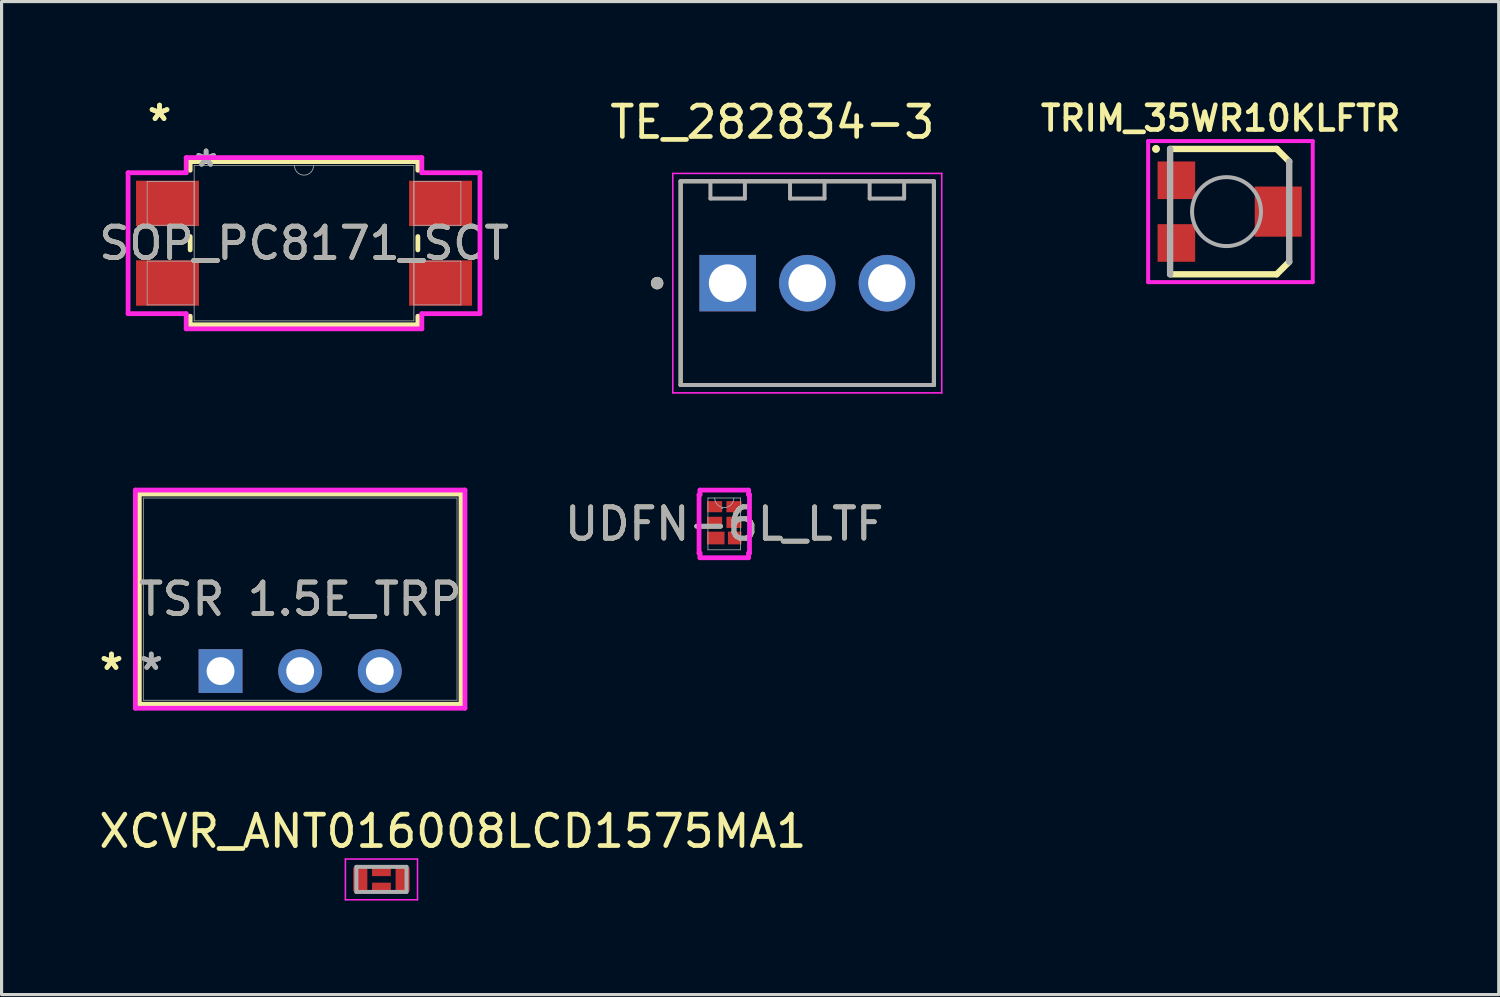
<source format=kicad_pcb>
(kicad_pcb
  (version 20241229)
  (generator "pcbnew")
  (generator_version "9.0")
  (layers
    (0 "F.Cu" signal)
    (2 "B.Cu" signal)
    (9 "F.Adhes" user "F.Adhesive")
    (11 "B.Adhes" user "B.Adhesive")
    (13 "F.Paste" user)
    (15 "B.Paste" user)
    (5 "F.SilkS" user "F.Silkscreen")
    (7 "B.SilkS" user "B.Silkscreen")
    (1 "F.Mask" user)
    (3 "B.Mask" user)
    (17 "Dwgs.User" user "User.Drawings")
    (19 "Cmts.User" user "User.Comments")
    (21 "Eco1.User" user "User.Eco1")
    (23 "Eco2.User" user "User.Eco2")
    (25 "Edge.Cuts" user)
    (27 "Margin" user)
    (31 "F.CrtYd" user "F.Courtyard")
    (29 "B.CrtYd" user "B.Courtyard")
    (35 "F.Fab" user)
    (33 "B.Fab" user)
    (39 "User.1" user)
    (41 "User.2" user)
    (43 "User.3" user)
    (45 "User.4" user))
  (footprint "TSR 1.5E_TRP"
    (layer "F.Cu")
    (at 3.986 18.359)
    (property "Reference" "TSR 1.5E_TRP" (at 2.54 -2.295 0) (unlocked yes) (layer "F.SilkS") (effects (font (size 1 1) (thickness 0.15))))
    (attr through_hole)
    (fp_line (start -2.591 -5.648) (end -2.591 1.058) (stroke (width 0.152) (type solid)) (layer "F.SilkS"))
    (fp_line (start -2.591 1.058) (end 7.671 1.058) (stroke (width 0.152) (type solid)) (layer "F.SilkS"))
    (fp_line (start 7.671 -5.648) (end -2.591 -5.648) (stroke (width 0.152) (type solid)) (layer "F.SilkS"))
    (fp_line (start 7.671 1.058) (end 7.671 -5.648) (stroke (width 0.152) (type solid)) (layer "F.SilkS"))
    (fp_line (start -2.718 -5.775) (end 7.798 -5.775) (stroke (width 0.152) (type solid)) (layer "F.CrtYd"))
    (fp_line (start -2.718 1.185) (end -2.718 -5.775) (stroke (width 0.152) (type solid)) (layer "F.CrtYd"))
    (fp_line (start 7.798 -5.775) (end 7.798 1.185) (stroke (width 0.152) (type solid)) (layer "F.CrtYd"))
    (fp_line (start 7.798 1.185) (end -2.718 1.185) (stroke (width 0.152) (type solid)) (layer "F.CrtYd"))
    (fp_line (start -2.464 -5.521) (end -2.464 0.931) (stroke (width 0.025) (type solid)) (layer "F.Fab"))
    (fp_line (start -2.464 0.931) (end 7.544 0.931) (stroke (width 0.025) (type solid)) (layer "F.Fab"))
    (fp_line (start 7.544 -5.521) (end -2.464 -5.521) (stroke (width 0.025) (type solid)) (layer "F.Fab"))
    (fp_line (start 7.544 0.931) (end 7.544 -5.521) (stroke (width 0.025) (type solid)) (layer "F.Fab"))
    (fp_text user "*" (at -3.48 0 0) (layer "F.SilkS") (effects (font (size 1 1) (thickness 0.15))))
    (fp_text user "*" (at -3.48 0 0) (unlocked yes) (layer "F.SilkS") (effects (font (size 1 1) (thickness 0.15))))
    (fp_text user "*" (at -2.21 0 0) (unlocked yes) (layer "F.Fab") (effects (font (size 1 1) (thickness 0.15))))
    (fp_text user "*" (at -2.21 0 0) (layer "F.Fab") (effects (font (size 1 1) (thickness 0.15))))
    (fp_text user "${REFERENCE}" (at 2.54 -2.295 0) (unlocked yes) (layer "F.Fab") (effects (font (size 1 1) (thickness 0.15))))
    (pad "1" thru_hole rect (at 0 0) (size 1.397 1.397) (drill 0.889) (layers "*.Cu" "*.Mask"))
    (pad "2" thru_hole circle (at 2.54 0) (size 1.397 1.397) (drill 0.889) (layers "*.Cu" "*.Mask"))
    (pad "3" thru_hole circle (at 5.08 0) (size 1.397 1.397) (drill 0.889) (layers "*.Cu" "*.Mask")))
  (footprint "XCVR_ANT016008LCD1575MA1"
    (layer "F.Cu")
    (at 9.119 25.005)
    (property "Reference" "XCVR_ANT016008LCD1575MA1" (at 2.277 -1.536 0) (layer "F.SilkS") (effects (font (size 1.001 1.001) (thickness 0.15))))
    (attr smd)
    (fp_poly (pts (xy -0.766 -0.364) (xy 0.765 -0.364) (xy 0.765 0.365) (xy -0.766 0.365)) (stroke (width 0.01) (type solid)) (fill yes) (layer "F.Mask"))
    (fp_poly (pts (xy -0.716 -0.3) (xy -0.55 -0.3) (xy -0.55 0.3) (xy -0.716 0.3)) (stroke (width 0.01) (type solid)) (fill yes) (layer "F.Paste"))
    (fp_poly (pts (xy -0.2 0.15) (xy 0.2 0.15) (xy 0.2 0.3) (xy -0.2 0.3)) (stroke (width 0.01) (type solid)) (fill yes) (layer "F.Paste"))
    (fp_poly (pts (xy -0.2 -0.3) (xy 0.2 -0.3) (xy 0.2 -0.15) (xy -0.2 -0.15)) (stroke (width 0.01) (type solid)) (fill yes) (layer "F.Paste"))
    (fp_poly (pts (xy 0.551 -0.3) (xy 0.715 -0.3) (xy 0.715 0.3) (xy 0.551 0.3)) (stroke (width 0.01) (type solid)) (fill yes) (layer "F.Paste"))
    (fp_line (start -1.15 -0.65) (end 1.15 -0.65) (stroke (width 0.05) (type solid)) (layer "F.CrtYd"))
    (fp_line (start -1.15 0.65) (end -1.15 -0.65) (stroke (width 0.05) (type solid)) (layer "F.CrtYd"))
    (fp_line (start 1.15 -0.65) (end 1.15 0.65) (stroke (width 0.05) (type solid)) (layer "F.CrtYd"))
    (fp_line (start 1.15 0.65) (end -1.15 0.65) (stroke (width 0.05) (type solid)) (layer "F.CrtYd"))
    (fp_line (start -0.8 -0.4) (end 0.8 -0.4) (stroke (width 0.127) (type solid)) (layer "F.Fab"))
    (fp_line (start -0.8 0.4) (end -0.8 -0.4) (stroke (width 0.127) (type solid)) (layer "F.Fab"))
    (fp_line (start 0.8 -0.4) (end 0.8 0.4) (stroke (width 0.127) (type solid)) (layer "F.Fab"))
    (fp_line (start 0.8 0.4) (end -0.8 0.4) (stroke (width 0.127) (type solid)) (layer "F.Fab"))
    (pad "1" smd rect (at -0.675 0) (size 0.45 0.76) (layers "F.Cu"))
    (pad "2" smd rect (at 0.675 0) (size 0.45 0.76) (layers "F.Cu"))
    (pad "3" smd rect (at 0 -0.234) (size 0.6 0.259) (layers "F.Cu"))
    (pad "4" smd rect (at 0 0.234) (size 0.6 0.259) (layers "F.Cu")))
  (footprint "TRIM_35WR10KLFTR"
    (layer "F.Cu")
    (at 36.079 3.701)
    (property "Reference" "TRIM_35WR10KLFTR" (at -0.188 -2.977 0) (layer "F.SilkS") (effects (font (size 0.788 0.788) (thickness 0.15))))
    (attr smd)
    (fp_line (start -1.8 -2) (end 1.6 -2) (stroke (width 0.203) (type solid)) (layer "F.SilkS"))
    (fp_line (start -1.8 2) (end 1.6 2) (stroke (width 0.203) (type solid)) (layer "F.SilkS"))
    (fp_line (start 1.6 -2) (end 2 -1.6) (stroke (width 0.203) (type solid)) (layer "F.SilkS"))
    (fp_line (start 1.6 2) (end 2 1.6) (stroke (width 0.203) (type solid)) (layer "F.SilkS"))
    (fp_circle (center -2.25 -2) (end -2.123 -2) (stroke (width 0) (type solid)) (fill yes) (layer "F.SilkS"))
    (fp_line (start -2.5 -2.25) (end 2.75 -2.25) (stroke (width 0.127) (type solid)) (layer "F.CrtYd"))
    (fp_line (start -2.5 2.25) (end -2.5 -2.25) (stroke (width 0.127) (type solid)) (layer "F.CrtYd"))
    (fp_line (start 2.75 -2.25) (end 2.75 2.25) (stroke (width 0.127) (type solid)) (layer "F.CrtYd"))
    (fp_line (start 2.75 2.25) (end -2.5 2.25) (stroke (width 0.127) (type solid)) (layer "F.CrtYd"))
    (fp_line (start -1.8 -2) (end -1.8 2) (stroke (width 0.203) (type solid)) (layer "F.Fab"))
    (fp_line (start 2 -1.6) (end 2 1.6) (stroke (width 0.203) (type solid)) (layer "F.Fab"))
    (fp_circle (center 0 0) (end 1.1 0) (stroke (width 0.127) (type solid)) (fill no) (layer "F.Fab"))
    (pad "1" smd rect (at -1.6 -1) (size 1.2 1.2) (layers "F.Cu" "F.Mask" "F.Paste"))
    (pad "2" smd rect (at 1.65 0) (size 1.5 1.6) (layers "F.Cu" "F.Mask" "F.Paste"))
    (pad "3" smd rect (at -1.6 1) (size 1.2 1.2) (layers "F.Cu" "F.Mask" "F.Paste")))
  (footprint "SOP_PC8171_SCT"
    (layer "F.Cu")
    (at 6.649 4.709)
    (property "Reference" "SOP_PC8171_SCT" (at 0 0 0) (unlocked yes) (layer "F.SilkS") (effects (font (size 1 1) (thickness 0.15))))
    (attr smd)
    (fp_line (start -3.632 -2.603) (end -3.632 -2.327) (stroke (width 0.152) (type solid)) (layer "F.SilkS"))
    (fp_line (start -3.632 -0.213) (end -3.632 0.213) (stroke (width 0.152) (type solid)) (layer "F.SilkS"))
    (fp_line (start -3.632 2.327) (end -3.632 2.603) (stroke (width 0.152) (type solid)) (layer "F.SilkS"))
    (fp_line (start -3.632 2.603) (end 3.632 2.603) (stroke (width 0.152) (type solid)) (layer "F.SilkS"))
    (fp_line (start 3.632 -2.603) (end -3.632 -2.603) (stroke (width 0.152) (type solid)) (layer "F.SilkS"))
    (fp_line (start 3.632 -2.327) (end 3.632 -2.603) (stroke (width 0.152) (type solid)) (layer "F.SilkS"))
    (fp_line (start 3.632 0.213) (end 3.632 -0.213) (stroke (width 0.152) (type solid)) (layer "F.SilkS"))
    (fp_line (start 3.632 2.603) (end 3.632 2.327) (stroke (width 0.152) (type solid)) (layer "F.SilkS"))
    (fp_line (start -5.613 -2.248) (end -3.759 -2.248) (stroke (width 0.152) (type solid)) (layer "F.CrtYd"))
    (fp_line (start -5.613 2.248) (end -5.613 -2.248) (stroke (width 0.152) (type solid)) (layer "F.CrtYd"))
    (fp_line (start -5.613 2.248) (end -3.759 2.248) (stroke (width 0.152) (type solid)) (layer "F.CrtYd"))
    (fp_line (start -3.759 -2.731) (end 3.759 -2.731) (stroke (width 0.152) (type solid)) (layer "F.CrtYd"))
    (fp_line (start -3.759 -2.248) (end -3.759 -2.731) (stroke (width 0.152) (type solid)) (layer "F.CrtYd"))
    (fp_line (start -3.759 2.731) (end -3.759 2.248) (stroke (width 0.152) (type solid)) (layer "F.CrtYd"))
    (fp_line (start 3.759 -2.731) (end 3.759 -2.248) (stroke (width 0.152) (type solid)) (layer "F.CrtYd"))
    (fp_line (start 3.759 2.248) (end 3.759 2.731) (stroke (width 0.152) (type solid)) (layer "F.CrtYd"))
    (fp_line (start 3.759 2.731) (end -3.759 2.731) (stroke (width 0.152) (type solid)) (layer "F.CrtYd"))
    (fp_line (start 5.613 -2.248) (end 3.759 -2.248) (stroke (width 0.152) (type solid)) (layer "F.CrtYd"))
    (fp_line (start 5.613 -2.248) (end 5.613 2.248) (stroke (width 0.152) (type solid)) (layer "F.CrtYd"))
    (fp_line (start 5.613 2.248) (end 3.759 2.248) (stroke (width 0.152) (type solid)) (layer "F.CrtYd"))
    (fp_line (start -5.004 -1.968) (end -5.004 -0.572) (stroke (width 0.025) (type solid)) (layer "F.Fab"))
    (fp_line (start -5.004 -0.572) (end -3.505 -0.572) (stroke (width 0.025) (type solid)) (layer "F.Fab"))
    (fp_line (start -5.004 0.572) (end -5.004 1.968) (stroke (width 0.025) (type solid)) (layer "F.Fab"))
    (fp_line (start -5.004 1.968) (end -3.505 1.968) (stroke (width 0.025) (type solid)) (layer "F.Fab"))
    (fp_line (start -3.505 -2.477) (end -3.505 2.477) (stroke (width 0.025) (type solid)) (layer "F.Fab"))
    (fp_line (start -3.505 -1.968) (end -5.004 -1.968) (stroke (width 0.025) (type solid)) (layer "F.Fab"))
    (fp_line (start -3.505 -0.572) (end -3.505 -1.968) (stroke (width 0.025) (type solid)) (layer "F.Fab"))
    (fp_line (start -3.505 0.572) (end -5.004 0.572) (stroke (width 0.025) (type solid)) (layer "F.Fab"))
    (fp_line (start -3.505 1.968) (end -3.505 0.572) (stroke (width 0.025) (type solid)) (layer "F.Fab"))
    (fp_line (start -3.505 2.477) (end 3.505 2.477) (stroke (width 0.025) (type solid)) (layer "F.Fab"))
    (fp_line (start 3.505 -2.477) (end -3.505 -2.477) (stroke (width 0.025) (type solid)) (layer "F.Fab"))
    (fp_line (start 3.505 -1.968) (end 3.505 -0.572) (stroke (width 0.025) (type solid)) (layer "F.Fab"))
    (fp_line (start 3.505 -0.572) (end 5.004 -0.572) (stroke (width 0.025) (type solid)) (layer "F.Fab"))
    (fp_line (start 3.505 0.572) (end 3.505 1.968) (stroke (width 0.025) (type solid)) (layer "F.Fab"))
    (fp_line (start 3.505 1.968) (end 5.004 1.968) (stroke (width 0.025) (type solid)) (layer "F.Fab"))
    (fp_line (start 3.505 2.477) (end 3.505 -2.477) (stroke (width 0.025) (type solid)) (layer "F.Fab"))
    (fp_line (start 5.004 -1.968) (end 3.505 -1.968) (stroke (width 0.025) (type solid)) (layer "F.Fab"))
    (fp_line (start 5.004 -0.572) (end 5.004 -1.968) (stroke (width 0.025) (type solid)) (layer "F.Fab"))
    (fp_line (start 5.004 0.572) (end 3.505 0.572) (stroke (width 0.025) (type solid)) (layer "F.Fab"))
    (fp_line (start 5.004 1.968) (end 5.004 0.572) (stroke (width 0.025) (type solid)) (layer "F.Fab"))
    (fp_arc (start 0.3048 -2.4765) (mid 0 -2.1717) (end -0.3048 -2.4765) (stroke (width 0.0254) (type solid)) (layer "F.Fab"))
    (fp_text user "*" (at -4.61 -3.861 0) (layer "F.SilkS") (effects (font (size 1 1) (thickness 0.15))))
    (fp_text user "*" (at -4.61 -3.861 0) (unlocked yes) (layer "F.SilkS") (effects (font (size 1 1) (thickness 0.15))))
    (fp_text user "*" (at -3.124 -2.4 0) (layer "F.Fab") (effects (font (size 1 1) (thickness 0.15))))
    (fp_text user "${REFERENCE}" (at 0 0 0) (unlocked yes) (layer "F.Fab") (effects (font (size 1 1) (thickness 0.15))))
    (fp_text user "*" (at -3.124 -2.4 0) (unlocked yes) (layer "F.Fab") (effects (font (size 1 1) (thickness 0.15))))
    (pad "1" smd rect (at -4.356 -1.27) (size 2.007 1.448) (layers "F.Cu" "F.Mask" "F.Paste"))
    (pad "2" smd rect (at -4.356 1.27) (size 2.007 1.448) (layers "F.Cu" "F.Mask" "F.Paste"))
    (pad "3" smd rect (at 4.356 1.27) (size 2.007 1.448) (layers "F.Cu" "F.Mask" "F.Paste"))
    (pad "4" smd rect (at 4.356 -1.27) (size 2.007 1.448) (layers "F.Cu" "F.Mask" "F.Paste")))
  (footprint "UDFN-6L_LTF"
    (layer "F.Cu")
    (at 20.056 13.664)
    (property "Reference" "UDFN-6L_LTF" (at 0 0 0) (unlocked yes) (layer "F.SilkS") (effects (font (size 1 1) (thickness 0.15))))
    (attr smd)
    (fp_line (start -0.805 -0.932) (end -0.775 -0.932) (stroke (width 0.152) (type solid)) (layer "F.CrtYd"))
    (fp_line (start -0.805 0.932) (end -0.805 -0.932) (stroke (width 0.152) (type solid)) (layer "F.CrtYd"))
    (fp_line (start -0.805 0.932) (end -0.775 0.932) (stroke (width 0.152) (type solid)) (layer "F.CrtYd"))
    (fp_line (start -0.775 -1.079) (end 0.775 -1.079) (stroke (width 0.152) (type solid)) (layer "F.CrtYd"))
    (fp_line (start -0.775 -0.932) (end -0.775 -1.079) (stroke (width 0.152) (type solid)) (layer "F.CrtYd"))
    (fp_line (start -0.775 1.079) (end -0.775 0.932) (stroke (width 0.152) (type solid)) (layer "F.CrtYd"))
    (fp_line (start 0.775 -1.079) (end 0.775 -0.932) (stroke (width 0.152) (type solid)) (layer "F.CrtYd"))
    (fp_line (start 0.775 0.932) (end 0.775 1.079) (stroke (width 0.152) (type solid)) (layer "F.CrtYd"))
    (fp_line (start 0.775 1.079) (end -0.775 1.079) (stroke (width 0.152) (type solid)) (layer "F.CrtYd"))
    (fp_line (start 0.805 -0.932) (end 0.775 -0.932) (stroke (width 0.152) (type solid)) (layer "F.CrtYd"))
    (fp_line (start 0.805 -0.932) (end 0.805 0.932) (stroke (width 0.152) (type solid)) (layer "F.CrtYd"))
    (fp_line (start 0.805 0.932) (end 0.775 0.932) (stroke (width 0.152) (type solid)) (layer "F.CrtYd"))
    (fp_line (start -0.521 -0.826) (end -0.521 0.826) (stroke (width 0.025) (type solid)) (layer "F.Fab"))
    (fp_line (start -0.521 0.826) (end 0.521 0.826) (stroke (width 0.025) (type solid)) (layer "F.Fab"))
    (fp_line (start 0.521 -0.826) (end -0.521 -0.826) (stroke (width 0.025) (type solid)) (layer "F.Fab"))
    (fp_line (start 0.521 0.826) (end 0.521 -0.826) (stroke (width 0.025) (type solid)) (layer "F.Fab"))
    (fp_arc (start 0.3048 -0.8255) (mid 0 -0.5207) (end -0.3048 -0.8255) (stroke (width 0.0254) (type solid)) (layer "F.Fab"))
    (fp_circle (center -0.069 -0.5) (end -0.069 -0.5) (stroke (width 0.025) (type solid)) (fill no) (layer "F.Fab"))
    (fp_text user "${REFERENCE}" (at 0 0 0) (unlocked yes) (layer "F.Fab") (effects (font (size 1 1) (thickness 0.15))))
    (pad "1" smd rect (at -0.31 -0.55) (size 0.483 0.356) (layers "F.Cu" "F.Mask" "F.Paste"))
    (pad "2" smd rect (at -0.31 -0.05) (size 0.483 0.356) (layers "F.Cu" "F.Mask" "F.Paste"))
    (pad "3" smd rect (at -0.272 0.45) (size 0.559 0.406) (layers "F.Cu" "F.Mask" "F.Paste"))
    (pad "4" smd rect (at 0.333 0.45) (size 0.432 0.406) (layers "F.Cu" "F.Mask" "F.Paste"))
    (pad "5" smd rect (at 0.31 -0.05) (size 0.483 0.356) (layers "F.Cu" "F.Mask" "F.Paste"))
    (pad "6" smd rect (at 0.31 -0.55) (size 0.483 0.356) (layers "F.Cu" "F.Mask" "F.Paste")))
  (footprint "TE_282834-3"
    (layer "F.Cu")
    (at 22.704 5.983)
    (property "Reference" "TE_282834-3" (at -1.115 -5.135 0) (layer "F.SilkS") (effects (font (size 1 1) (thickness 0.15))))
    (attr through_hole)
    (fp_line (start -4.04 -3.25) (end 4.04 -3.25) (stroke (width 0.127) (type solid)) (layer "F.SilkS"))
    (fp_line (start -4.04 3.25) (end -4.04 -3.25) (stroke (width 0.127) (type solid)) (layer "F.SilkS"))
    (fp_line (start 4.04 -3.25) (end 4.04 3.25) (stroke (width 0.127) (type solid)) (layer "F.SilkS"))
    (fp_line (start 4.04 3.25) (end -4.04 3.25) (stroke (width 0.127) (type solid)) (layer "F.SilkS"))
    (fp_circle (center -4.79 0) (end -4.69 0) (stroke (width 0.2) (type solid)) (fill no) (layer "F.SilkS"))
    (fp_line (start -4.29 -3.5) (end -4.29 3.5) (stroke (width 0.05) (type solid)) (layer "F.CrtYd"))
    (fp_line (start -4.29 3.5) (end 4.29 3.5) (stroke (width 0.05) (type solid)) (layer "F.CrtYd"))
    (fp_line (start 4.29 -3.5) (end -4.29 -3.5) (stroke (width 0.05) (type solid)) (layer "F.CrtYd"))
    (fp_line (start 4.29 3.5) (end 4.29 -3.5) (stroke (width 0.05) (type solid)) (layer "F.CrtYd"))
    (fp_line (start -4.04 -3.25) (end 4.04 -3.25) (stroke (width 0.127) (type solid)) (layer "F.Fab"))
    (fp_line (start -4.04 3.25) (end -4.04 -3.25) (stroke (width 0.127) (type solid)) (layer "F.Fab"))
    (fp_line (start -3.09 -2.7) (end -3.09 -3.2) (stroke (width 0.127) (type solid)) (layer "F.Fab"))
    (fp_line (start -3.09 -2.7) (end -1.99 -2.7) (stroke (width 0.127) (type solid)) (layer "F.Fab"))
    (fp_line (start -1.99 -2.7) (end -1.99 -3.2) (stroke (width 0.127) (type solid)) (layer "F.Fab"))
    (fp_line (start -0.55 -2.7) (end -0.55 -3.2) (stroke (width 0.127) (type solid)) (layer "F.Fab"))
    (fp_line (start -0.55 -2.7) (end 0.55 -2.7) (stroke (width 0.127) (type solid)) (layer "F.Fab"))
    (fp_line (start 0.55 -2.7) (end 0.55 -3.2) (stroke (width 0.127) (type solid)) (layer "F.Fab"))
    (fp_line (start 1.99 -2.7) (end 1.99 -3.2) (stroke (width 0.127) (type solid)) (layer "F.Fab"))
    (fp_line (start 1.99 -2.7) (end 3.09 -2.7) (stroke (width 0.127) (type solid)) (layer "F.Fab"))
    (fp_line (start 3.09 -2.7) (end 3.09 -3.2) (stroke (width 0.127) (type solid)) (layer "F.Fab"))
    (fp_line (start 4.04 -3.25) (end 4.04 3.25) (stroke (width 0.127) (type solid)) (layer "F.Fab"))
    (fp_line (start 4.04 3.25) (end -4.04 3.25) (stroke (width 0.127) (type solid)) (layer "F.Fab"))
    (fp_circle (center -4.79 0) (end -4.69 0) (stroke (width 0.2) (type solid)) (fill no) (layer "F.Fab"))
    (pad "1" thru_hole rect (at -2.54 0) (size 1.8 1.8) (drill 1.2) (layers "*.Cu" "*.Mask"))
    (pad "2" thru_hole circle (at 0 0) (size 1.8 1.8) (drill 1.2) (layers "*.Cu" "*.Mask"))
    (pad "3" thru_hole circle (at 2.54 0) (size 1.8 1.8) (drill 1.2) (layers "*.Cu" "*.Mask")))
  (gr_rect
    (start -3 -3)
    (end 44.763 28.68)
    (stroke (width 0.1) (type default))
    (fill no)
    (layer "Edge.Cuts")))
</source>
